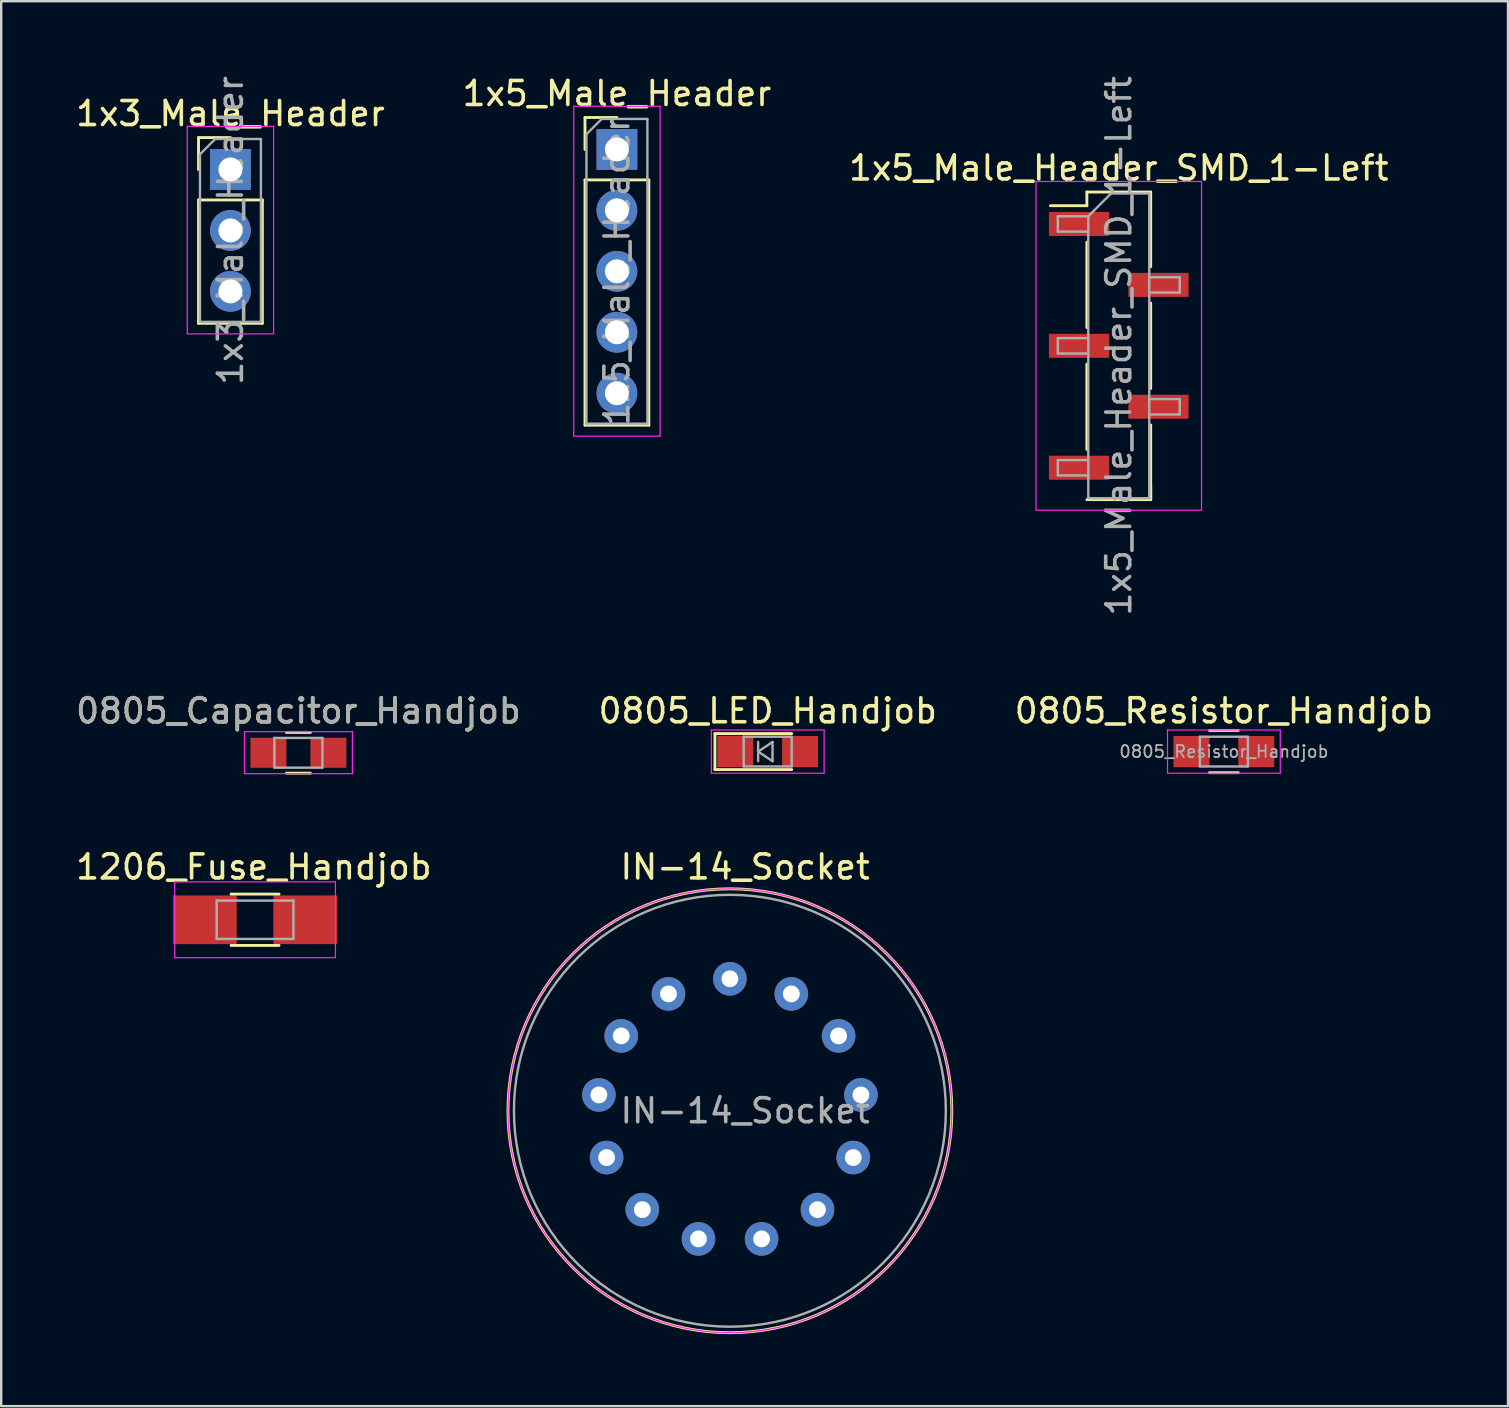
<source format=kicad_pcb>
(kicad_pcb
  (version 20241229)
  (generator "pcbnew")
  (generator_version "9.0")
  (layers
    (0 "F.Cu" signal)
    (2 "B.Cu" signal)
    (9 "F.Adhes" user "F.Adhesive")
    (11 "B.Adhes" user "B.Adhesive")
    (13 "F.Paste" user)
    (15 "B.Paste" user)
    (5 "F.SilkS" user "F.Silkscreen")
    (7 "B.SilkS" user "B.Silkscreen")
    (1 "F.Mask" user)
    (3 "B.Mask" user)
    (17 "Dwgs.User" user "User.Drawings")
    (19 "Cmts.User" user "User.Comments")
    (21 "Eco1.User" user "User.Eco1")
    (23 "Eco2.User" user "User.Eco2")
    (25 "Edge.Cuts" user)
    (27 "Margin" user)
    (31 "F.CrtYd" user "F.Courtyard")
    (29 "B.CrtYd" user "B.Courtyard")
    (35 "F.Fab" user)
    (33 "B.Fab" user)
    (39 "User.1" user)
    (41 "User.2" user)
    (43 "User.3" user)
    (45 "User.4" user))
  (footprint "IN-14_Socket"
    (layer "F.Cu")
    (at 27.37 43.243)
    (property "Reference" "IN-14_Socket" (at 0.635 -10.16 0) (layer "F.SilkS") (effects (font (size 1 1) (thickness 0.15))))
    (attr through_hole)
    (fp_circle (center 0 0) (end 0 9.25) (stroke (width 0.12) (type solid)) (fill no) (layer "F.SilkS"))
    (fp_circle (center 0 0) (end 0 9.25) (stroke (width 0.05) (type solid)) (fill no) (layer "F.CrtYd"))
    (fp_circle (center 0 0) (end 0 9) (stroke (width 0.1) (type solid)) (fill no) (layer "F.Fab"))
    (fp_text user "${REFERENCE}" (at 0.635 0 0) (layer "F.Fab") (effects (font (size 1 1) (thickness 0.15))))
    (pad "1" thru_hole circle (at 0 -5.5) (size 1.4 1.4) (drill 0.7) (layers "*.Cu" "*.Mask"))
    (pad "2" thru_hole circle (at -2.56 -4.87) (size 1.4 1.4) (drill 0.7) (layers "*.Cu" "*.Mask"))
    (pad "3" thru_hole circle (at -4.53 -3.12) (size 1.4 1.4) (drill 0.7) (layers "*.Cu" "*.Mask"))
    (pad "4" thru_hole circle (at -5.46 -0.66) (size 1.4 1.4) (drill 0.7) (layers "*.Cu" "*.Mask"))
    (pad "5" thru_hole circle (at -5.14 1.95) (size 1.4 1.4) (drill 0.7) (layers "*.Cu" "*.Mask"))
    (pad "6" thru_hole circle (at -3.65 4.12) (size 1.4 1.4) (drill 0.7) (layers "*.Cu" "*.Mask"))
    (pad "7" thru_hole circle (at -1.31 5.34) (size 1.4 1.4) (drill 0.7) (layers "*.Cu" "*.Mask"))
    (pad "8" thru_hole circle (at 1.32 5.34) (size 1.4 1.4) (drill 0.7) (layers "*.Cu" "*.Mask"))
    (pad "9" thru_hole circle (at 3.65 4.12) (size 1.4 1.4) (drill 0.7) (layers "*.Cu" "*.Mask"))
    (pad "10" thru_hole circle (at 5.14 1.95) (size 1.4 1.4) (drill 0.7) (layers "*.Cu" "*.Mask"))
    (pad "11" thru_hole circle (at 5.46 -0.66) (size 1.4 1.4) (drill 0.7) (layers "*.Cu" "*.Mask"))
    (pad "12" thru_hole circle (at 4.53 -3.12) (size 1.4 1.4) (drill 0.7) (layers "*.Cu" "*.Mask"))
    (pad "13" thru_hole circle (at 2.56 -4.87) (size 1.4 1.4) (drill 0.7) (layers "*.Cu" "*.Mask")))
  (footprint "1206_Fuse_Handjob"
    (layer "F.Cu")
    (at 7.58 35.283)
    (property "Reference" "1206_Fuse_Handjob" (at -0.05 -2.2 0) (layer "F.SilkS") (effects (font (size 1 1) (thickness 0.15))))
    (attr smd)
    (fp_line (start -1 -1.07) (end 1 -1.07) (stroke (width 0.12) (type solid)) (layer "F.SilkS"))
    (fp_line (start 1 1.07) (end -1 1.07) (stroke (width 0.12) (type solid)) (layer "F.SilkS"))
    (fp_line (start -3.35 -1.58) (end -3.35 1.58) (stroke (width 0.05) (type solid)) (layer "F.CrtYd"))
    (fp_line (start -3.35 -1.58) (end 3.35 -1.58) (stroke (width 0.05) (type solid)) (layer "F.CrtYd"))
    (fp_line (start 3.35 1.58) (end -3.35 1.58) (stroke (width 0.05) (type solid)) (layer "F.CrtYd"))
    (fp_line (start 3.35 1.58) (end 3.35 -1.58) (stroke (width 0.05) (type solid)) (layer "F.CrtYd"))
    (fp_line (start -1.6 -0.8) (end 1.6 -0.8) (stroke (width 0.1) (type solid)) (layer "F.Fab"))
    (fp_line (start -1.6 0.8) (end -1.6 -0.8) (stroke (width 0.1) (type solid)) (layer "F.Fab"))
    (fp_line (start 1.6 -0.8) (end 1.6 0.8) (stroke (width 0.1) (type solid)) (layer "F.Fab"))
    (fp_line (start 1.6 0.8) (end -1.6 0.8) (stroke (width 0.1) (type solid)) (layer "F.Fab"))
    (pad "1" smd rect (at -2.09 0 90) (size 2.03 2.65) (layers "F.Cu" "F.Mask" "F.Paste"))
    (pad "2" smd rect (at 2.09 0 90) (size 2.03 2.65) (layers "F.Cu" "F.Mask" "F.Paste")))
  (footprint "1x5_Male_Header"
    (layer "F.Cu")
    (at 22.661 3.178)
    (property "Reference" "1x5_Male_Header" (at 0 -2.33 0) (layer "F.SilkS") (effects (font (size 1 1) (thickness 0.15))))
    (attr through_hole)
    (fp_line (start -1.33 -1.33) (end 0 -1.33) (stroke (width 0.12) (type solid)) (layer "F.SilkS"))
    (fp_line (start -1.33 0) (end -1.33 -1.33) (stroke (width 0.12) (type solid)) (layer "F.SilkS"))
    (fp_line (start -1.33 1.27) (end -1.33 11.49) (stroke (width 0.12) (type solid)) (layer "F.SilkS"))
    (fp_line (start -1.33 1.27) (end 1.33 1.27) (stroke (width 0.12) (type solid)) (layer "F.SilkS"))
    (fp_line (start -1.33 11.49) (end 1.33 11.49) (stroke (width 0.12) (type solid)) (layer "F.SilkS"))
    (fp_line (start 1.33 1.27) (end 1.33 11.49) (stroke (width 0.12) (type solid)) (layer "F.SilkS"))
    (fp_line (start -1.8 -1.8) (end -1.8 11.95) (stroke (width 0.05) (type solid)) (layer "F.CrtYd"))
    (fp_line (start -1.8 11.95) (end 1.8 11.95) (stroke (width 0.05) (type solid)) (layer "F.CrtYd"))
    (fp_line (start 1.8 -1.8) (end -1.8 -1.8) (stroke (width 0.05) (type solid)) (layer "F.CrtYd"))
    (fp_line (start 1.8 11.95) (end 1.8 -1.8) (stroke (width 0.05) (type solid)) (layer "F.CrtYd"))
    (fp_line (start -1.27 -0.635) (end -0.635 -1.27) (stroke (width 0.1) (type solid)) (layer "F.Fab"))
    (fp_line (start -1.27 11.43) (end -1.27 -0.635) (stroke (width 0.1) (type solid)) (layer "F.Fab"))
    (fp_line (start -0.635 -1.27) (end 1.27 -1.27) (stroke (width 0.1) (type solid)) (layer "F.Fab"))
    (fp_line (start 1.27 -1.27) (end 1.27 11.43) (stroke (width 0.1) (type solid)) (layer "F.Fab"))
    (fp_line (start 1.27 11.43) (end -1.27 11.43) (stroke (width 0.1) (type solid)) (layer "F.Fab"))
    (fp_text user "${REFERENCE}" (at 0 5.08 90) (layer "F.Fab") (effects (font (size 1 1) (thickness 0.15))))
    (pad "1" thru_hole rect (at 0 0) (size 1.7 1.7) (drill 1) (layers "*.Cu" "*.Mask"))
    (pad "2" thru_hole oval (at 0 2.54) (size 1.7 1.7) (drill 1) (layers "*.Cu" "*.Mask"))
    (pad "3" thru_hole oval (at 0 5.08) (size 1.7 1.7) (drill 1) (layers "*.Cu" "*.Mask"))
    (pad "4" thru_hole oval (at 0 7.62) (size 1.7 1.7) (drill 1) (layers "*.Cu" "*.Mask"))
    (pad "5" thru_hole oval (at 0 10.16) (size 1.7 1.7) (drill 1) (layers "*.Cu" "*.Mask")))
  (footprint "0805_Resistor_Handjob"
    (layer "F.Cu")
    (at 47.958 28.274)
    (property "Reference" "0805_Resistor_Handjob" (at 0 -1.7 0) (layer "F.SilkS") (effects (font (size 1 1) (thickness 0.15))))
    (attr smd)
    (fp_line (start -0.6 -0.88) (end 0.6 -0.88) (stroke (width 0.12) (type solid)) (layer "F.SilkS"))
    (fp_line (start 0.6 0.88) (end -0.6 0.88) (stroke (width 0.12) (type solid)) (layer "F.SilkS"))
    (fp_line (start -2.35 -0.9) (end -2.35 0.9) (stroke (width 0.05) (type solid)) (layer "F.CrtYd"))
    (fp_line (start -2.35 -0.9) (end 2.35 -0.9) (stroke (width 0.05) (type solid)) (layer "F.CrtYd"))
    (fp_line (start 2.35 0.9) (end -2.35 0.9) (stroke (width 0.05) (type solid)) (layer "F.CrtYd"))
    (fp_line (start 2.35 0.9) (end 2.35 -0.9) (stroke (width 0.05) (type solid)) (layer "F.CrtYd"))
    (fp_line (start -1 -0.62) (end 1 -0.62) (stroke (width 0.1) (type solid)) (layer "F.Fab"))
    (fp_line (start -1 0.62) (end -1 -0.62) (stroke (width 0.1) (type solid)) (layer "F.Fab"))
    (fp_line (start 1 -0.62) (end 1 0.62) (stroke (width 0.1) (type solid)) (layer "F.Fab"))
    (fp_line (start 1 0.62) (end -1 0.62) (stroke (width 0.1) (type solid)) (layer "F.Fab"))
    (fp_text user "${REFERENCE}" (at 0 0 0) (layer "F.Fab") (effects (font (size 0.5 0.5) (thickness 0.075))))
    (pad "1" smd rect (at -1.35 0) (size 1.5 1.3) (layers "F.Cu" "F.Mask" "F.Paste"))
    (pad "2" smd rect (at 1.35 0) (size 1.5 1.3) (layers "F.Cu" "F.Mask" "F.Paste")))
  (footprint "1x3_Male_Header"
    (layer "F.Cu")
    (at 6.554 4.014)
    (property "Reference" "1x3_Male_Header" (at 0 -2.33 0) (layer "F.SilkS") (effects (font (size 1 1) (thickness 0.15))))
    (attr through_hole)
    (fp_line (start -1.33 -1.33) (end 0 -1.33) (stroke (width 0.12) (type solid)) (layer "F.SilkS"))
    (fp_line (start -1.33 0) (end -1.33 -1.33) (stroke (width 0.12) (type solid)) (layer "F.SilkS"))
    (fp_line (start -1.33 1.27) (end -1.33 6.41) (stroke (width 0.12) (type solid)) (layer "F.SilkS"))
    (fp_line (start -1.33 1.27) (end 1.33 1.27) (stroke (width 0.12) (type solid)) (layer "F.SilkS"))
    (fp_line (start -1.33 6.41) (end 1.33 6.41) (stroke (width 0.12) (type solid)) (layer "F.SilkS"))
    (fp_line (start 1.33 1.27) (end 1.33 6.41) (stroke (width 0.12) (type solid)) (layer "F.SilkS"))
    (fp_line (start -1.8 -1.8) (end -1.8 6.85) (stroke (width 0.05) (type solid)) (layer "F.CrtYd"))
    (fp_line (start -1.8 6.85) (end 1.8 6.85) (stroke (width 0.05) (type solid)) (layer "F.CrtYd"))
    (fp_line (start 1.8 -1.8) (end -1.8 -1.8) (stroke (width 0.05) (type solid)) (layer "F.CrtYd"))
    (fp_line (start 1.8 6.85) (end 1.8 -1.8) (stroke (width 0.05) (type solid)) (layer "F.CrtYd"))
    (fp_line (start -1.27 -0.635) (end -0.635 -1.27) (stroke (width 0.1) (type solid)) (layer "F.Fab"))
    (fp_line (start -1.27 6.35) (end -1.27 -0.635) (stroke (width 0.1) (type solid)) (layer "F.Fab"))
    (fp_line (start -0.635 -1.27) (end 1.27 -1.27) (stroke (width 0.1) (type solid)) (layer "F.Fab"))
    (fp_line (start 1.27 -1.27) (end 1.27 6.35) (stroke (width 0.1) (type solid)) (layer "F.Fab"))
    (fp_line (start 1.27 6.35) (end -1.27 6.35) (stroke (width 0.1) (type solid)) (layer "F.Fab"))
    (fp_text user "${REFERENCE}" (at 0 2.54 90) (layer "F.Fab") (effects (font (size 1 1) (thickness 0.15))))
    (pad "1" thru_hole rect (at 0 0) (size 1.7 1.7) (drill 1) (layers "*.Cu" "*.Mask"))
    (pad "2" thru_hole oval (at 0 2.54) (size 1.7 1.7) (drill 1) (layers "*.Cu" "*.Mask"))
    (pad "3" thru_hole oval (at 0 5.08) (size 1.7 1.7) (drill 1) (layers "*.Cu" "*.Mask")))
  (footprint "0805_Capacitor_Handjob"
    (layer "F.Cu")
    (at 9.387 28.324)
    (property "Reference" "0805_Capacitor_Handjob" (at 0 -1.75 0) (layer "F.SilkS") (effects (font (size 1 1) (thickness 0.15))))
    (attr smd)
    (fp_line (start -0.5 0.85) (end 0.5 0.85) (stroke (width 0.12) (type solid)) (layer "F.SilkS"))
    (fp_line (start 0.5 -0.85) (end -0.5 -0.85) (stroke (width 0.12) (type solid)) (layer "F.SilkS"))
    (fp_line (start -2.25 -0.88) (end -2.25 0.87) (stroke (width 0.05) (type solid)) (layer "F.CrtYd"))
    (fp_line (start -2.25 -0.88) (end 2.25 -0.88) (stroke (width 0.05) (type solid)) (layer "F.CrtYd"))
    (fp_line (start 2.25 0.87) (end -2.25 0.87) (stroke (width 0.05) (type solid)) (layer "F.CrtYd"))
    (fp_line (start 2.25 0.87) (end 2.25 -0.88) (stroke (width 0.05) (type solid)) (layer "F.CrtYd"))
    (fp_line (start -1 -0.62) (end 1 -0.62) (stroke (width 0.1) (type solid)) (layer "F.Fab"))
    (fp_line (start -1 0.62) (end -1 -0.62) (stroke (width 0.1) (type solid)) (layer "F.Fab"))
    (fp_line (start 1 -0.62) (end 1 0.62) (stroke (width 0.1) (type solid)) (layer "F.Fab"))
    (fp_line (start 1 0.62) (end -1 0.62) (stroke (width 0.1) (type solid)) (layer "F.Fab"))
    (fp_text user "${REFERENCE}" (at 0 -1.75 0) (layer "F.Fab") (effects (font (size 1 1) (thickness 0.15))))
    (pad "1" smd rect (at -1.25 0) (size 1.5 1.25) (layers "F.Cu" "F.Mask" "F.Paste"))
    (pad "2" smd rect (at 1.25 0) (size 1.5 1.25) (layers "F.Cu" "F.Mask" "F.Paste")))
  (footprint "0805_LED_Handjob"
    (layer "F.Cu")
    (at 28.946 28.274)
    (property "Reference" "0805_LED_Handjob" (at 0 -1.7 0) (layer "F.SilkS") (effects (font (size 1 1) (thickness 0.15))))
    (attr smd)
    (fp_line (start -2.2 -0.75) (end -2.2 0.75) (stroke (width 0.12) (type solid)) (layer "F.SilkS"))
    (fp_line (start -2.2 -0.75) (end 1 -0.75) (stroke (width 0.12) (type solid)) (layer "F.SilkS"))
    (fp_line (start 1 0.75) (end -2.2 0.75) (stroke (width 0.12) (type solid)) (layer "F.SilkS"))
    (fp_line (start -2.35 -0.9) (end -2.35 0.9) (stroke (width 0.05) (type solid)) (layer "F.CrtYd"))
    (fp_line (start -2.35 -0.9) (end 2.35 -0.9) (stroke (width 0.05) (type solid)) (layer "F.CrtYd"))
    (fp_line (start 2.35 0.9) (end -2.35 0.9) (stroke (width 0.05) (type solid)) (layer "F.CrtYd"))
    (fp_line (start 2.35 0.9) (end 2.35 -0.9) (stroke (width 0.05) (type solid)) (layer "F.CrtYd"))
    (fp_line (start -1 -0.62) (end 1 -0.62) (stroke (width 0.1) (type solid)) (layer "F.Fab"))
    (fp_line (start -1 0.62) (end -1 -0.62) (stroke (width 0.1) (type solid)) (layer "F.Fab"))
    (fp_line (start -0.4 -0.4) (end -0.4 0.4) (stroke (width 0.1) (type solid)) (layer "F.Fab"))
    (fp_line (start -0.4 0) (end 0.2 -0.4) (stroke (width 0.1) (type solid)) (layer "F.Fab"))
    (fp_line (start 0.2 -0.4) (end 0.2 0.4) (stroke (width 0.1) (type solid)) (layer "F.Fab"))
    (fp_line (start 0.2 0.4) (end -0.4 0) (stroke (width 0.1) (type solid)) (layer "F.Fab"))
    (fp_line (start 1 -0.62) (end 1 0.62) (stroke (width 0.1) (type solid)) (layer "F.Fab"))
    (fp_line (start 1 0.62) (end -1 0.62) (stroke (width 0.1) (type solid)) (layer "F.Fab"))
    (pad "1" smd rect (at -1.35 0) (size 1.5 1.3) (layers "F.Cu" "F.Mask" "F.Paste"))
    (pad "2" smd rect (at 1.35 0) (size 1.5 1.3) (layers "F.Cu" "F.Mask" "F.Paste")))
  (footprint "1x5_Male_Header_SMD_1-Left"
    (layer "F.Cu")
    (at 43.577 11.363)
    (property "Reference" "1x5_Male_Header_SMD_1-Left" (at 0 -7.41 0) (layer "F.SilkS") (effects (font (size 1 1) (thickness 0.15))))
    (attr smd)
    (fp_line (start -1.33 -6.41) (end -1.33 -5.84) (stroke (width 0.12) (type solid)) (layer "F.SilkS"))
    (fp_line (start -1.33 -6.41) (end 1.33 -6.41) (stroke (width 0.12) (type solid)) (layer "F.SilkS"))
    (fp_line (start -1.33 -5.84) (end -2.85 -5.84) (stroke (width 0.12) (type solid)) (layer "F.SilkS"))
    (fp_line (start -1.33 -4.32) (end -1.33 -0.76) (stroke (width 0.12) (type solid)) (layer "F.SilkS"))
    (fp_line (start -1.33 0.76) (end -1.33 4.32) (stroke (width 0.12) (type solid)) (layer "F.SilkS"))
    (fp_line (start -1.33 6.41) (end 1.33 6.41) (stroke (width 0.12) (type solid)) (layer "F.SilkS"))
    (fp_line (start 1.33 -6.41) (end 1.33 -3.3) (stroke (width 0.12) (type solid)) (layer "F.SilkS"))
    (fp_line (start 1.33 -1.78) (end 1.33 1.78) (stroke (width 0.12) (type solid)) (layer "F.SilkS"))
    (fp_line (start 1.33 3.3) (end 1.33 6.41) (stroke (width 0.12) (type solid)) (layer "F.SilkS"))
    (fp_line (start 1.33 5.84) (end 1.33 6.41) (stroke (width 0.12) (type solid)) (layer "F.SilkS"))
    (fp_line (start -3.45 -6.85) (end -3.45 6.85) (stroke (width 0.05) (type solid)) (layer "F.CrtYd"))
    (fp_line (start -3.45 6.85) (end 3.45 6.85) (stroke (width 0.05) (type solid)) (layer "F.CrtYd"))
    (fp_line (start 3.45 -6.85) (end -3.45 -6.85) (stroke (width 0.05) (type solid)) (layer "F.CrtYd"))
    (fp_line (start 3.45 6.85) (end 3.45 -6.85) (stroke (width 0.05) (type solid)) (layer "F.CrtYd"))
    (fp_line (start -2.54 -5.4) (end -2.54 -4.76) (stroke (width 0.1) (type solid)) (layer "F.Fab"))
    (fp_line (start -2.54 -4.76) (end -1.27 -4.76) (stroke (width 0.1) (type solid)) (layer "F.Fab"))
    (fp_line (start -2.54 -0.32) (end -2.54 0.32) (stroke (width 0.1) (type solid)) (layer "F.Fab"))
    (fp_line (start -2.54 0.32) (end -1.27 0.32) (stroke (width 0.1) (type solid)) (layer "F.Fab"))
    (fp_line (start -2.54 4.76) (end -2.54 5.4) (stroke (width 0.1) (type solid)) (layer "F.Fab"))
    (fp_line (start -2.54 5.4) (end -1.27 5.4) (stroke (width 0.1) (type solid)) (layer "F.Fab"))
    (fp_line (start -1.27 -5.4) (end -2.54 -5.4) (stroke (width 0.1) (type solid)) (layer "F.Fab"))
    (fp_line (start -1.27 -5.4) (end -0.32 -6.35) (stroke (width 0.1) (type solid)) (layer "F.Fab"))
    (fp_line (start -1.27 -0.32) (end -2.54 -0.32) (stroke (width 0.1) (type solid)) (layer "F.Fab"))
    (fp_line (start -1.27 4.76) (end -2.54 4.76) (stroke (width 0.1) (type solid)) (layer "F.Fab"))
    (fp_line (start -1.27 6.35) (end -1.27 -5.4) (stroke (width 0.1) (type solid)) (layer "F.Fab"))
    (fp_line (start -0.32 -6.35) (end 1.27 -6.35) (stroke (width 0.1) (type solid)) (layer "F.Fab"))
    (fp_line (start 1.27 -6.35) (end 1.27 6.35) (stroke (width 0.1) (type solid)) (layer "F.Fab"))
    (fp_line (start 1.27 -2.86) (end 2.54 -2.86) (stroke (width 0.1) (type solid)) (layer "F.Fab"))
    (fp_line (start 1.27 2.22) (end 2.54 2.22) (stroke (width 0.1) (type solid)) (layer "F.Fab"))
    (fp_line (start 1.27 6.35) (end -1.27 6.35) (stroke (width 0.1) (type solid)) (layer "F.Fab"))
    (fp_line (start 2.54 -2.86) (end 2.54 -2.22) (stroke (width 0.1) (type solid)) (layer "F.Fab"))
    (fp_line (start 2.54 -2.22) (end 1.27 -2.22) (stroke (width 0.1) (type solid)) (layer "F.Fab"))
    (fp_line (start 2.54 2.22) (end 2.54 2.86) (stroke (width 0.1) (type solid)) (layer "F.Fab"))
    (fp_line (start 2.54 2.86) (end 1.27 2.86) (stroke (width 0.1) (type solid)) (layer "F.Fab"))
    (fp_text user "${REFERENCE}" (at 0 0 90) (layer "F.Fab") (effects (font (size 1 1) (thickness 0.15))))
    (pad "1" smd rect (at -1.655 -5.08) (size 2.51 1) (layers "F.Cu" "F.Mask" "F.Paste"))
    (pad "2" smd rect (at 1.655 -2.54) (size 2.51 1) (layers "F.Cu" "F.Mask" "F.Paste"))
    (pad "3" smd rect (at -1.655 0) (size 2.51 1) (layers "F.Cu" "F.Mask" "F.Paste"))
    (pad "4" smd rect (at 1.655 2.54) (size 2.51 1) (layers "F.Cu" "F.Mask" "F.Paste"))
    (pad "5" smd rect (at -1.655 5.08) (size 2.51 1) (layers "F.Cu" "F.Mask" "F.Paste")))
  (gr_rect
    (start -3 -3)
    (end 59.798 55.553)
    (stroke (width 0.1) (type default))
    (fill no)
    (layer "Edge.Cuts")))
</source>
